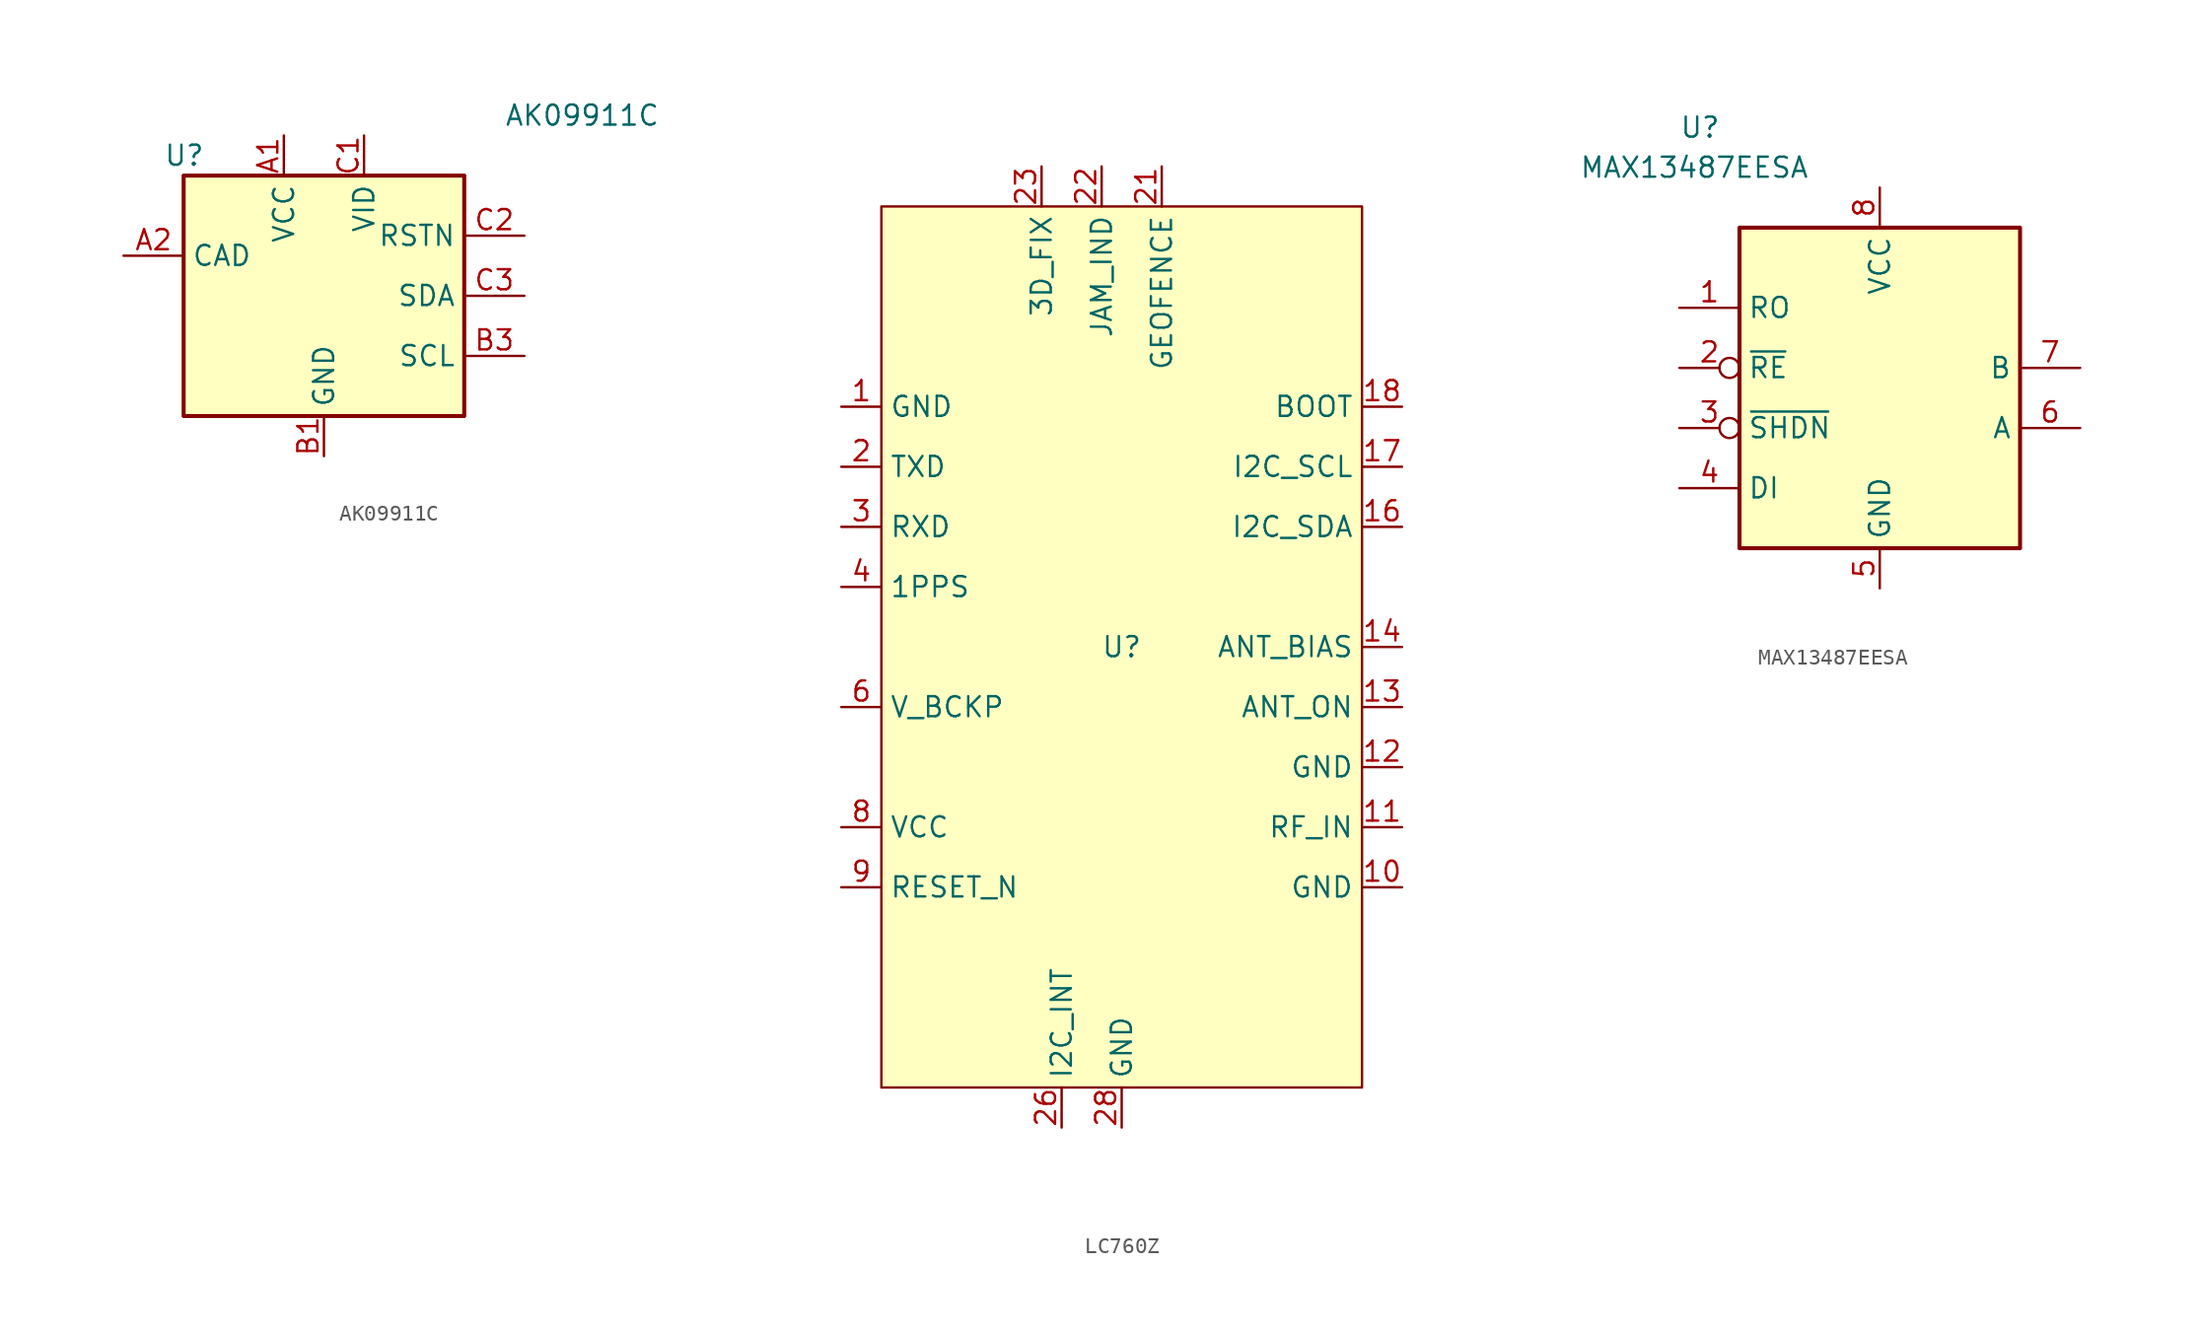
<source format=kicad_sym>
(kicad_symbol_lib
  (version 20220914)
  (generator kicad_symbol_editor)
  (symbol "AK09911C"
    (property "Reference" "U"
      (at -10.16 8.89 0)
      (effects (font (size 1.27 1.27)) (justify left)))
    (property "Value" "AK09911C"
      (at 11.43 11.43 0)
      (effects (font (size 1.27 1.27)) (justify left)))
    (symbol "AK09911C_0_1"
      (rectangle (start -8.89 7.62) (end 8.89 -7.62) (stroke (width 0.254) (type default)) (fill (type background))))
    (symbol "AK09911C_1_0"
      (pin power_in line (at -2.54 10.16 270) (length 2.54) (name "VCC" (effects (font (size 1.27 1.27)))) (number "A1" (effects (font (size 1.27 1.27)))))
      (pin power_in line (at 0 -10.16 90) (length 2.54) (name "GND" (effects (font (size 1.27 1.27)))) (number "B1" (effects (font (size 1.27 1.27)))))
      (pin power_in line (at 2.54 10.16 270) (length 2.54) (name "VID" (effects (font (size 1.27 1.27)))) (number "C1" (effects (font (size 1.27 1.27))))))
    (symbol "AK09911C_1_1"
      (pin input line (at -12.7 2.54 0) (length 3.81) (name "CAD" (effects (font (size 1.27 1.27)))) (number "A2" (effects (font (size 1.27 1.27)))))
      (pin no_connect line (at -8.89 -2.54 0) (length 3.81) hide (name "TST" (effects (font (size 1.27 1.27)))) (number "A3" (effects (font (size 1.27 1.27)))))
      (pin input line (at 12.7 -3.81 180) (length 3.81) (name "SCL" (effects (font (size 1.27 1.27)))) (number "B3" (effects (font (size 1.27 1.27)))))
      (pin input line (at 12.7 3.81 180) (length 3.81) (name "RSTN" (effects (font (size 1.27 1.27)))) (number "C2" (effects (font (size 1.27 1.27)))))
      (pin bidirectional line (at 12.7 0 180) (length 3.81) (name "SDA" (effects (font (size 1.27 1.27)))) (number "C3" (effects (font (size 1.27 1.27)))))))
  (symbol "LC760Z"
    (property "Reference" "U"
      (at 0 0 0)
      (effects (font (size 1.27 1.27))))
    (property "Value" ""
      (at -6.35 0 0)
      (effects (font (size 1.27 1.27))))
    (symbol "LC760Z_1_1"
      (rectangle (start -15.24 27.94) (end 15.24 -27.94) (stroke (width 0) (type default)) (fill (type background)))
      (pin power_in line (at -17.78 15.24 0) (length 2.54) (name "GND" (effects (font (size 1.27 1.27)))) (number "1" (effects (font (size 1.27 1.27)))))
      (pin input line (at 17.78 -15.24 180) (length 2.54) (name "GND" (effects (font (size 1.27 1.27)))) (number "10" (effects (font (size 1.27 1.27)))))
      (pin input line (at 17.78 -11.43 180) (length 2.54) (name "RF_IN" (effects (font (size 1.27 1.27)))) (number "11" (effects (font (size 1.27 1.27)))))
      (pin power_in line (at 17.78 -7.62 180) (length 2.54) (name "GND" (effects (font (size 1.27 1.27)))) (number "12" (effects (font (size 1.27 1.27)))))
      (pin output line (at 17.78 -3.81 180) (length 2.54) (name "ANT_ON" (effects (font (size 1.27 1.27)))) (number "13" (effects (font (size 1.27 1.27)))))
      (pin power_out line (at 17.78 0 180) (length 2.54) (name "ANT_BIAS" (effects (font (size 1.27 1.27)))) (number "14" (effects (font (size 1.27 1.27)))))
      (pin no_connect line (at 15.24 3.81 180) (length 2.54) hide (name "RESERVED" (effects (font (size 1.27 1.27)))) (number "15" (effects (font (size 1.27 1.27)))))
      (pin bidirectional line (at 17.78 7.62 180) (length 2.54) (name "I2C_SDA" (effects (font (size 1.27 1.27)))) (number "16" (effects (font (size 1.27 1.27)))))
      (pin input line (at 17.78 11.43 180) (length 2.54) (name "I2C_SCL" (effects (font (size 1.27 1.27)))) (number "17" (effects (font (size 1.27 1.27)))))
      (pin input line (at 17.78 15.24 180) (length 2.54) (name "BOOT" (effects (font (size 1.27 1.27)))) (number "18" (effects (font (size 1.27 1.27)))))
      (pin no_connect line (at 6.35 27.94 270) (length 2.54) hide (name "RESERVED" (effects (font (size 1.27 1.27)))) (number "19" (effects (font (size 1.27 1.27)))))
      (pin output line (at -17.78 11.43 0) (length 2.54) (name "TXD" (effects (font (size 1.27 1.27)))) (number "2" (effects (font (size 1.27 1.27)))))
      (pin no_connect line (at 6.35 27.94 270) (length 2.54) hide (name "RESERVED" (effects (font (size 1.27 1.27)))) (number "20" (effects (font (size 1.27 1.27)))))
      (pin output line (at 2.54 30.48 270) (length 2.54) (name "GEOFENCE" (effects (font (size 1.27 1.27)))) (number "21" (effects (font (size 1.27 1.27)))))
      (pin output line (at -1.27 30.48 270) (length 2.54) (name "JAM_IND" (effects (font (size 1.27 1.27)))) (number "22" (effects (font (size 1.27 1.27)))))
      (pin input line (at -5.08 30.48 270) (length 2.54) (name "3D_FIX" (effects (font (size 1.27 1.27)))) (number "23" (effects (font (size 1.27 1.27)))))
      (pin no_connect line (at 3.81 -30.48 90) (length 2.54) hide (name "RESERVED" (effects (font (size 1.27 1.27)))) (number "24" (effects (font (size 1.27 1.27)))))
      (pin no_connect line (at 3.81 -30.48 90) (length 2.54) hide (name "RESERVED" (effects (font (size 1.27 1.27)))) (number "25" (effects (font (size 1.27 1.27)))))
      (pin output line (at -3.81 -30.48 90) (length 2.54) (name "I2C_INT" (effects (font (size 1.27 1.27)))) (number "26" (effects (font (size 1.27 1.27)))))
      (pin no_connect line (at 3.81 -30.48 90) (length 2.54) hide (name "RESERVED" (effects (font (size 1.27 1.27)))) (number "27" (effects (font (size 1.27 1.27)))))
      (pin input line (at 0 -30.48 90) (length 2.54) (name "GND" (effects (font (size 1.27 1.27)))) (number "28" (effects (font (size 1.27 1.27)))))
      (pin input line (at -17.78 7.62 0) (length 2.54) (name "RXD" (effects (font (size 1.27 1.27)))) (number "3" (effects (font (size 1.27 1.27)))))
      (pin output line (at -17.78 3.81 0) (length 2.54) (name "1PPS" (effects (font (size 1.27 1.27)))) (number "4" (effects (font (size 1.27 1.27)))))
      (pin no_connect line (at -15.24 0 0) (length 2.54) hide (name "RESERVED" (effects (font (size 1.27 1.27)))) (number "5" (effects (font (size 1.27 1.27)))))
      (pin power_in line (at -17.78 -3.81 0) (length 2.54) (name "V_BCKP" (effects (font (size 1.27 1.27)))) (number "6" (effects (font (size 1.27 1.27)))))
      (pin no_connect line (at -15.24 -7.62 0) (length 2.54) hide (name "RESERVED" (effects (font (size 1.27 1.27)))) (number "7" (effects (font (size 1.27 1.27)))))
      (pin input line (at -17.78 -11.43 0) (length 2.54) (name "VCC" (effects (font (size 1.27 1.27)))) (number "8" (effects (font (size 1.27 1.27)))))
      (pin input line (at -17.78 -15.24 0) (length 2.54) (name "RESET_N" (effects (font (size 1.27 1.27)))) (number "9" (effects (font (size 1.27 1.27)))))))
  (symbol "MAX13487EESA"
    (property "Reference" "U"
      (at -12.7 16.51 0)
      (effects (font (size 1.27 1.27)) (justify left)))
    (property "Value" "MAX13487EESA"
      (at -19.05 13.97 0)
      (effects (font (size 1.27 1.27)) (justify left)))
    (symbol "MAX13487EESA_0_0"
      (pin power_in line (at 0 12.7 270) (length 2.54) (name "VCC" (effects (font (size 1.27 1.27)))) (number "8" (effects (font (size 1.27 1.27))))))
    (symbol "MAX13487EESA_0_1"
      (rectangle (start -8.89 10.16) (end 8.89 -10.16) (stroke (width 0.254) (type default)) (fill (type background))))
    (symbol "MAX13487EESA_1_0"
      (pin power_in line (at 0 -12.7 90) (length 2.54) (name "GND" (effects (font (size 1.27 1.27)))) (number "5" (effects (font (size 1.27 1.27))))))
    (symbol "MAX13487EESA_1_1"
      (pin output line (at -12.7 5.08 0) (length 3.81) (name "RO" (effects (font (size 1.27 1.27)))) (number "1" (effects (font (size 1.27 1.27)))))
      (pin input inverted (at -12.7 1.27 0) (length 3.81) (name "~{RE}" (effects (font (size 1.27 1.27)))) (number "2" (effects (font (size 1.27 1.27)))))
      (pin input inverted (at -12.7 -2.54 0) (length 3.81) (name "~{SHDN}" (effects (font (size 1.27 1.27)))) (number "3" (effects (font (size 1.27 1.27)))))
      (pin input line (at -12.7 -6.35 0) (length 3.81) (name "DI" (effects (font (size 1.27 1.27)))) (number "4" (effects (font (size 1.27 1.27)))))
      (pin bidirectional line (at 12.7 -2.54 180) (length 3.81) (name "A" (effects (font (size 1.27 1.27)))) (number "6" (effects (font (size 1.27 1.27)))))
      (pin bidirectional line (at 12.7 1.27 180) (length 3.81) (name "B" (effects (font (size 1.27 1.27)))) (number "7" (effects (font (size 1.27 1.27))))))))
</source>
